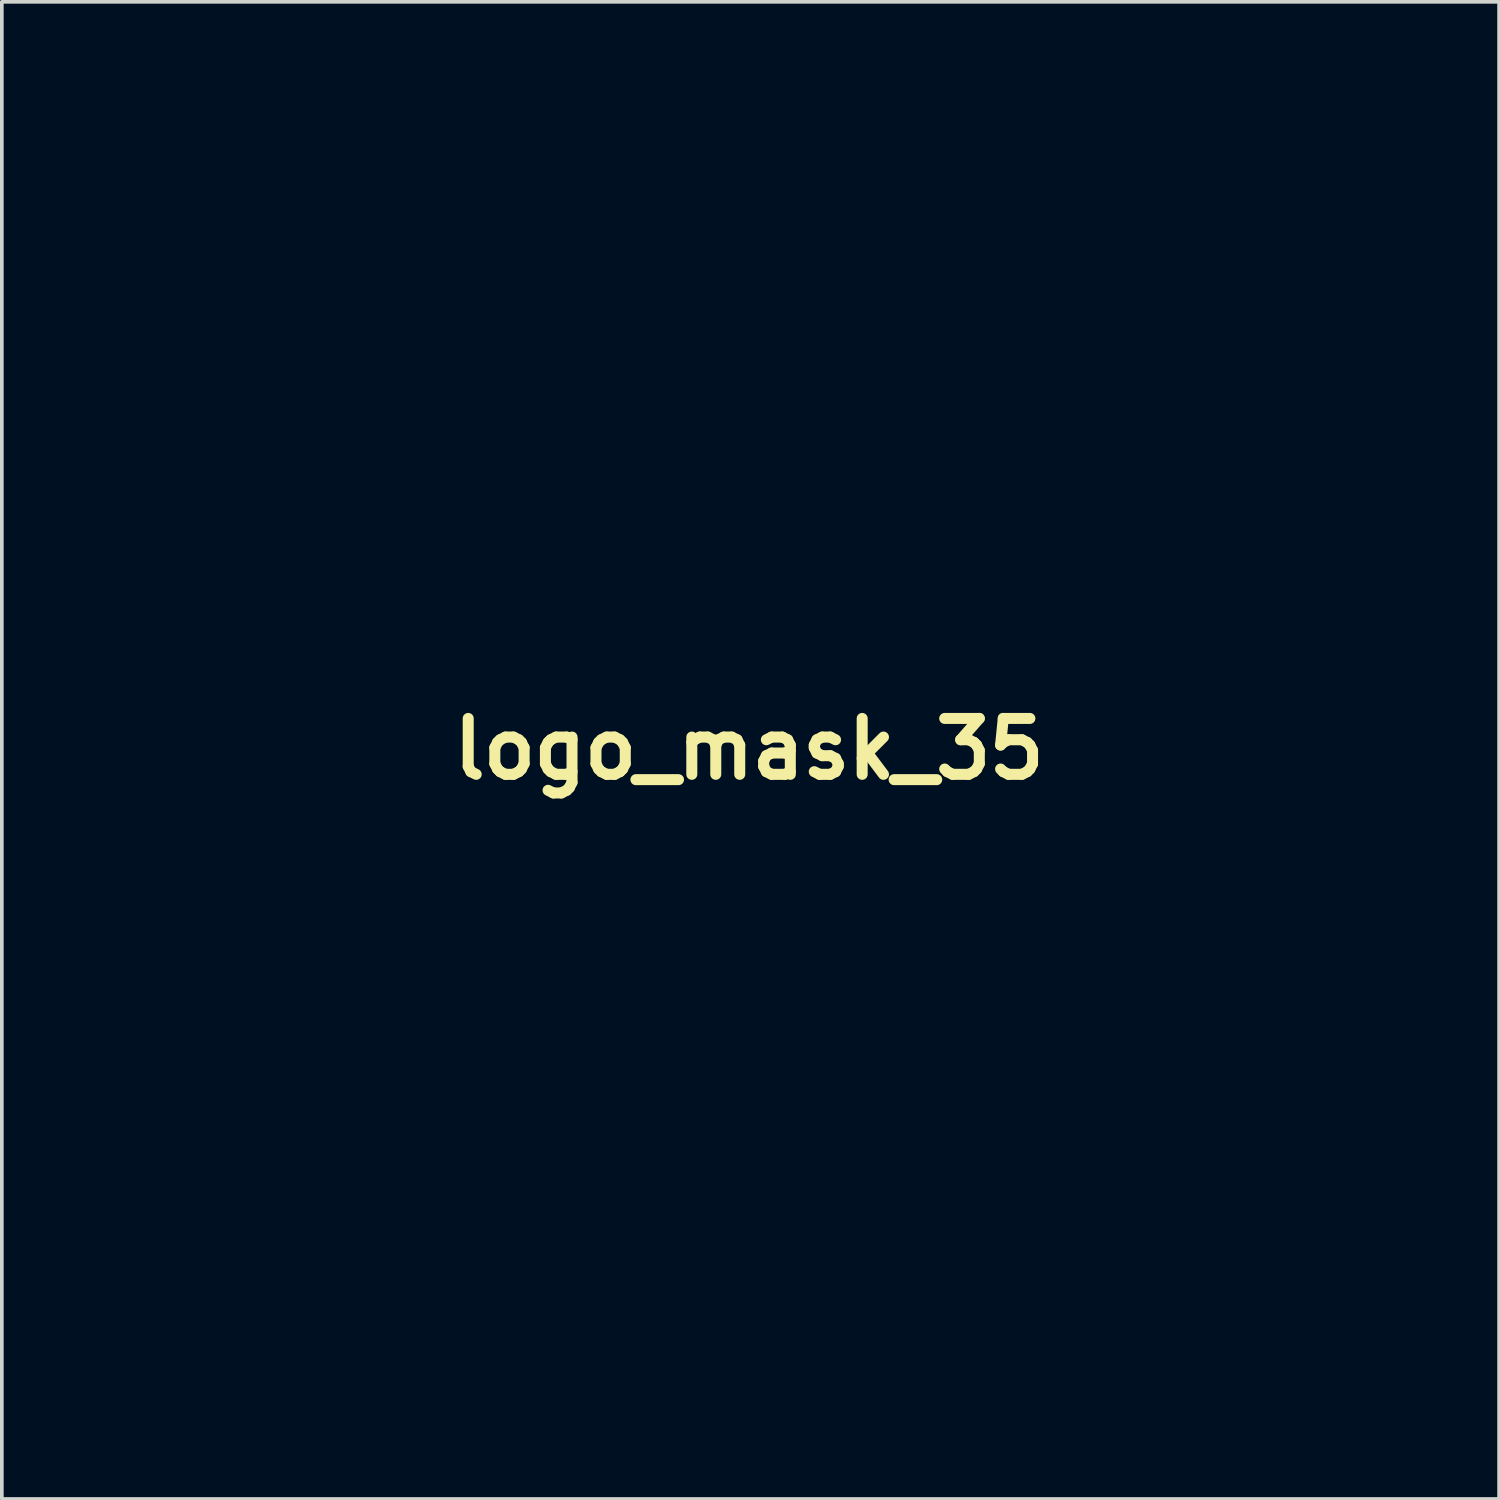
<source format=kicad_pcb>
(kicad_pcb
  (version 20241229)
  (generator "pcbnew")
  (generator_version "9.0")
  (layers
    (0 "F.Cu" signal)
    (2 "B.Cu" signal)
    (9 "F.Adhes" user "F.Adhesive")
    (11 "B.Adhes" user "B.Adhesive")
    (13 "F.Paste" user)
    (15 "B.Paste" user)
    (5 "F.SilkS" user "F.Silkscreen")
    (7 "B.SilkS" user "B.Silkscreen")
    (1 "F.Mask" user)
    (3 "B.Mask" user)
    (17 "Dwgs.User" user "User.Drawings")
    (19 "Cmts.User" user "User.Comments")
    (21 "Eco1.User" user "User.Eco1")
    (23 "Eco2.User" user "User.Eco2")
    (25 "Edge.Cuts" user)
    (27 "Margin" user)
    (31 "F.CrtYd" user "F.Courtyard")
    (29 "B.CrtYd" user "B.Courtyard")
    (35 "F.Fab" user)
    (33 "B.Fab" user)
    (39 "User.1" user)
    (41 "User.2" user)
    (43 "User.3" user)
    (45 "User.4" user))
  (footprint "logo_mask_35"
    (layer "F.Cu")
    (at 17.371 17.371)
    (property "Reference" "logo_mask_35" (at 0 0 0) (layer "F.SilkS") (effects (font (size 1.524 1.524) (thickness 0.3))))
    (attr through_hole)
    (fp_poly (pts (xy -3.188 -14.115) (xy -2.908 -13.909) (xy -2.752 -13.733) (xy -2.675 -13.567) (xy -2.65 -13.341) (xy -2.649 -13.232) (xy -2.649 -12.814) (xy -1.849 -12.017) (xy -1.049 -11.22) (xy 5.726 -11.22) (xy 7.927 -9.019) (xy 10.129 -6.819) (xy 10.129 -2.678) (xy 10.363 -2.454) (xy 10.596 -2.147) (xy 10.699 -1.821) (xy 10.689 -1.5) (xy 10.581 -1.205) (xy 10.392 -0.958) (xy 10.137 -0.782) (xy 9.833 -0.699) (xy 9.496 -0.732) (xy 9.209 -0.859) (xy 8.938 -1.106) (xy 8.786 -1.422) (xy 8.764 -1.682) (xy 9.383 -1.682) (xy 9.419 -1.574) (xy 9.5 -1.486) (xy 9.637 -1.361) (xy 9.739 -1.335) (xy 9.878 -1.393) (xy 9.9 -1.405) (xy 10.025 -1.541) (xy 10.045 -1.72) (xy 9.978 -1.89) (xy 9.841 -2.001) (xy 9.694 -2.013) (xy 9.553 -1.931) (xy 9.451 -1.817) (xy 9.383 -1.682) (xy 8.764 -1.682) (xy 8.756 -1.771) (xy 8.853 -2.115) (xy 9.035 -2.373) (xy 9.272 -2.618) (xy 9.272 -6.429) (xy 5.336 -10.363) (xy -1.444 -10.363) (xy -2.376 -11.298) (xy -2.739 -11.656) (xy -3.014 -11.915) (xy -3.218 -12.087) (xy -3.369 -12.187) (xy -3.484 -12.229) (xy -3.527 -12.233) (xy -3.909 -12.299) (xy -4.222 -12.479) (xy -4.449 -12.744) (xy -4.572 -13.066) (xy -4.573 -13.167) (xy -3.926 -13.167) (xy -3.893 -13.085) (xy -3.756 -12.969) (xy -3.565 -12.953) (xy -3.385 -13.034) (xy -3.32 -13.109) (xy -3.282 -13.288) (xy -3.373 -13.443) (xy -3.565 -13.536) (xy -3.606 -13.542) (xy -3.804 -13.504) (xy -3.92 -13.364) (xy -3.926 -13.167) (xy -4.573 -13.167) (xy -4.575 -13.418) (xy -4.443 -13.77) (xy -4.439 -13.776) (xy -4.192 -14.049) (xy -3.879 -14.198) (xy -3.533 -14.221) (xy -3.188 -14.115)) (stroke (width 0.01) (type solid)) (fill yes) (layer "F.Mask"))
    (fp_poly (pts (xy 1.378 -14.979) (xy 1.684 -14.819) (xy 1.877 -14.596) (xy 1.974 -14.414) (xy 6.351 -14.414) (xy 9.681 -11.083) (xy 13.012 -7.752) (xy 13.012 -5.356) (xy 13.284 -5.054) (xy 13.461 -4.828) (xy 13.542 -4.623) (xy 13.557 -4.433) (xy 13.489 -4.056) (xy 13.304 -3.752) (xy 13.032 -3.537) (xy 12.7 -3.429) (xy 12.338 -3.444) (xy 12.058 -3.55) (xy 11.805 -3.767) (xy 11.656 -4.064) (xy 11.612 -4.4) (xy 11.613 -4.402) (xy 12.233 -4.402) (xy 12.295 -4.249) (xy 12.436 -4.109) (xy 12.583 -4.052) (xy 12.72 -4.103) (xy 12.811 -4.174) (xy 12.911 -4.317) (xy 12.934 -4.402) (xy 12.872 -4.556) (xy 12.731 -4.695) (xy 12.583 -4.753) (xy 12.43 -4.691) (xy 12.29 -4.55) (xy 12.233 -4.402) (xy 11.613 -4.402) (xy 11.674 -4.739) (xy 11.842 -5.042) (xy 12.014 -5.205) (xy 12.072 -5.264) (xy 12.112 -5.361) (xy 12.136 -5.521) (xy 12.149 -5.773) (xy 12.154 -6.143) (xy 12.155 -6.335) (xy 12.155 -7.364) (xy 9.077 -10.441) (xy 5.999 -13.518) (xy 4.005 -13.545) (xy 3.395 -13.552) (xy 2.921 -13.556) (xy 2.564 -13.554) (xy 2.305 -13.547) (xy 2.124 -13.532) (xy 2.003 -13.509) (xy 1.921 -13.476) (xy 1.86 -13.432) (xy 1.843 -13.418) (xy 1.528 -13.193) (xy 1.196 -13.097) (xy 1.05 -13.09) (xy 0.674 -13.159) (xy 0.373 -13.353) (xy 0.169 -13.65) (xy 0.08 -14.031) (xy 0.079 -14.057) (xy 0.701 -14.057) (xy 0.763 -13.909) (xy 0.903 -13.772) (xy 1.052 -13.713) (xy 1.189 -13.764) (xy 1.28 -13.835) (xy 1.379 -13.979) (xy 1.402 -14.063) (xy 1.345 -14.208) (xy 1.215 -14.348) (xy 1.078 -14.414) (xy 1.072 -14.414) (xy 0.935 -14.357) (xy 0.791 -14.228) (xy 0.706 -14.088) (xy 0.701 -14.057) (xy 0.079 -14.057) (xy 0.078 -14.104) (xy 0.097 -14.323) (xy 0.174 -14.499) (xy 0.34 -14.694) (xy 0.38 -14.735) (xy 0.585 -14.919) (xy 0.76 -15.01) (xy 0.967 -15.037) (xy 1.011 -15.037) (xy 1.378 -14.979)) (stroke (width 0.01) (type solid)) (fill yes) (layer "F.Mask"))
    (fp_poly (pts (xy 6.532 5.161) (xy 6.707 5.239) (xy 6.903 5.404) (xy 6.944 5.445) (xy 7.128 5.65) (xy 7.219 5.824) (xy 7.246 6.031) (xy 7.246 6.076) (xy 7.181 6.456) (xy 7.003 6.769) (xy 6.735 6.988) (xy 6.4 7.087) (xy 6.325 7.09) (xy 6.216 7.115) (xy 6.076 7.195) (xy 5.895 7.341) (xy 5.663 7.563) (xy 5.368 7.872) (xy 5 8.277) (xy 4.55 8.79) (xy 4.354 9.015) (xy 3.935 9.499) (xy 1.607 9.502) (xy -0.721 9.506) (xy -1.023 9.778) (xy -1.243 9.952) (xy -1.439 10.031) (xy -1.656 10.048) (xy -1.919 10.019) (xy -2.152 9.953) (xy -2.19 9.934) (xy -2.463 9.703) (xy -2.615 9.376) (xy -2.646 9.108) (xy -2.027 9.108) (xy -1.963 9.281) (xy -1.889 9.343) (xy -1.709 9.418) (xy -1.562 9.375) (xy -1.467 9.299) (xy -1.342 9.134) (xy -1.363 8.978) (xy -1.481 8.843) (xy -1.628 8.749) (xy -1.784 8.77) (xy -1.831 8.79) (xy -1.98 8.925) (xy -2.027 9.108) (xy -2.646 9.108) (xy -2.649 9.077) (xy -2.585 8.683) (xy -2.4 8.382) (xy -2.106 8.186) (xy -1.712 8.105) (xy -1.64 8.103) (xy -1.405 8.13) (xy -1.2 8.231) (xy -1.023 8.376) (xy -0.721 8.648) (xy 0.087 8.648) (xy 0.454 8.645) (xy 0.927 8.636) (xy 1.455 8.623) (xy 1.989 8.606) (xy 2.236 8.597) (xy 3.576 8.546) (xy 4.459 7.554) (xy 4.781 7.192) (xy 5.012 6.924) (xy 5.168 6.729) (xy 5.262 6.584) (xy 5.308 6.468) (xy 5.32 6.359) (xy 5.312 6.235) (xy 5.311 6.227) (xy 5.319 6.116) (xy 5.921 6.116) (xy 5.973 6.253) (xy 6.044 6.344) (xy 6.187 6.444) (xy 6.272 6.467) (xy 6.409 6.416) (xy 6.5 6.344) (xy 6.6 6.201) (xy 6.623 6.116) (xy 6.572 5.979) (xy 6.5 5.888) (xy 6.357 5.789) (xy 6.272 5.766) (xy 6.135 5.817) (xy 6.044 5.888) (xy 5.945 6.032) (xy 5.921 6.116) (xy 5.319 6.116) (xy 5.341 5.832) (xy 5.5 5.509) (xy 5.769 5.276) (xy 6.13 5.155) (xy 6.313 5.142) (xy 6.532 5.161)) (stroke (width 0.01) (type solid)) (fill yes) (layer "F.Mask"))
    (fp_poly (pts (xy 3.799 -5.355) (xy 4.753 -4.4) (xy 4.753 -1.517) (xy 2.842 0.39) (xy 1.579 0.39) (xy 1.108 0.391) (xy 0.768 0.396) (xy 0.536 0.408) (xy 0.389 0.43) (xy 0.302 0.465) (xy 0.252 0.514) (xy 0.234 0.545) (xy 0.057 0.733) (xy -0.219 0.872) (xy -0.537 0.934) (xy -0.584 0.935) (xy -0.973 0.869) (xy -1.274 0.68) (xy -1.473 0.383) (xy -1.556 -0.009) (xy -1.557 -0.039) (xy -0.935 -0.039) (xy -0.884 0.098) (xy -0.813 0.189) (xy -0.669 0.289) (xy -0.584 0.312) (xy -0.447 0.261) (xy -0.356 0.189) (xy -0.257 0.046) (xy -0.234 -0.039) (xy -0.285 -0.176) (xy -0.356 -0.267) (xy -0.5 -0.366) (xy -0.584 -0.39) (xy -0.721 -0.338) (xy -0.813 -0.267) (xy -0.912 -0.124) (xy -0.935 -0.039) (xy -1.557 -0.039) (xy -1.558 -0.083) (xy -1.539 -0.301) (xy -1.46 -0.477) (xy -1.292 -0.674) (xy -1.256 -0.71) (xy -1.056 -0.892) (xy -0.886 -0.982) (xy -0.681 -1.012) (xy -0.594 -1.013) (xy -0.345 -0.993) (xy -0.151 -0.913) (xy 0.065 -0.743) (xy 0.068 -0.74) (xy 0.369 -0.467) (xy 2.457 -0.467) (xy 3.177 -1.19) (xy 3.896 -1.912) (xy 3.896 -4.016) (xy 3.174 -4.735) (xy 2.451 -5.454) (xy -2.769 -5.454) (xy -4.207 -4.01) (xy -4.207 3.938) (xy -3.485 4.657) (xy -2.763 5.376) (xy 2.458 5.376) (xy 2.982 4.848) (xy 3.506 4.32) (xy 3.506 3.866) (xy 3.509 3.784) (xy 4.135 3.784) (xy 4.18 3.99) (xy 4.252 4.085) (xy 4.43 4.196) (xy 4.596 4.154) (xy 4.722 4.011) (xy 4.805 3.862) (xy 4.792 3.76) (xy 4.712 3.66) (xy 4.517 3.525) (xy 4.321 3.532) (xy 4.223 3.6) (xy 4.135 3.784) (xy 3.509 3.784) (xy 3.516 3.595) (xy 3.559 3.416) (xy 3.661 3.263) (xy 3.771 3.148) (xy 3.958 2.983) (xy 4.133 2.905) (xy 4.372 2.883) (xy 4.431 2.883) (xy 4.705 2.901) (xy 4.906 2.977) (xy 5.098 3.123) (xy 5.337 3.419) (xy 5.441 3.747) (xy 5.42 4.078) (xy 5.282 4.382) (xy 5.036 4.63) (xy 4.692 4.794) (xy 4.568 4.823) (xy 4.397 4.863) (xy 4.244 4.928) (xy 4.08 5.037) (xy 3.877 5.212) (xy 3.606 5.472) (xy 3.475 5.602) (xy 2.763 6.311) (xy -3.158 6.311) (xy -4.111 5.355) (xy -5.064 4.4) (xy -5.064 -4.404) (xy -3.153 -6.311) (xy 2.846 -6.311) (xy 3.799 -5.355)) (stroke (width 0.01) (type solid)) (fill yes) (layer "F.Mask"))
    (fp_poly (pts (xy 1.008 -17.352) (xy 2.638 -17.184) (xy 4.257 -16.862) (xy 5.563 -16.486) (xy 7.054 -15.914) (xy 8.48 -15.206) (xy 9.832 -14.37) (xy 11.102 -13.415) (xy 12.281 -12.35) (xy 13.36 -11.184) (xy 14.33 -9.925) (xy 15.182 -8.583) (xy 15.907 -7.166) (xy 16.497 -5.683) (xy 16.564 -5.485) (xy 17.01 -3.884) (xy 17.303 -2.266) (xy 17.443 -0.636) (xy 17.43 0.995) (xy 17.265 2.619) (xy 16.946 4.23) (xy 16.548 5.6) (xy 15.961 7.122) (xy 15.24 8.564) (xy 14.386 9.927) (xy 13.395 11.217) (xy 12.351 12.351) (xy 11.125 13.469) (xy 9.817 14.455) (xy 8.432 15.308) (xy 6.976 16.024) (xy 5.455 16.601) (xy 3.875 17.035) (xy 2.241 17.324) (xy 1.854 17.371) (xy 1.375 17.408) (xy 0.79 17.431) (xy 0.144 17.44) (xy -0.514 17.435) (xy -1.137 17.416) (xy -1.677 17.384) (xy -1.909 17.362) (xy -3.501 17.106) (xy -5.049 16.706) (xy -6.544 16.169) (xy -7.978 15.502) (xy -9.342 14.711) (xy -10.627 13.804) (xy -11.826 12.788) (xy -12.93 11.668) (xy -13.93 10.453) (xy -14.818 9.148) (xy -15.586 7.761) (xy -16.224 6.299) (xy -16.486 5.563) (xy -16.933 3.959) (xy -17.226 2.337) (xy -17.366 0.705) (xy -17.364 0.467) (xy -16.308 0.467) (xy -14.066 0.467) (xy -13.305 1.226) (xy -12.544 1.984) (xy -12.544 5.719) (xy -12.291 5.981) (xy -12.14 6.157) (xy -12.064 6.323) (xy -12.039 6.55) (xy -12.038 6.672) (xy -12.047 6.932) (xy -12.095 7.104) (xy -12.208 7.254) (xy -12.329 7.369) (xy -12.553 7.545) (xy -12.761 7.623) (xy -12.936 7.636) (xy -13.34 7.572) (xy -13.652 7.39) (xy -13.859 7.103) (xy -13.945 6.727) (xy -13.947 6.662) (xy -13.323 6.662) (xy -13.261 6.815) (xy -13.12 6.954) (xy -12.973 7.012) (xy -12.836 6.961) (xy -12.745 6.89) (xy -12.646 6.756) (xy -12.622 6.682) (xy -12.679 6.545) (xy -12.809 6.401) (xy -12.948 6.316) (xy -12.979 6.311) (xy -13.127 6.373) (xy -13.264 6.513) (xy -13.323 6.662) (xy -13.947 6.662) (xy -13.898 6.341) (xy -13.769 6.056) (xy -13.586 5.861) (xy -13.556 5.843) (xy -13.505 5.808) (xy -13.467 5.753) (xy -13.439 5.656) (xy -13.421 5.497) (xy -13.409 5.256) (xy -13.404 4.914) (xy -13.401 4.449) (xy -13.401 4.07) (xy -13.401 2.38) (xy -13.925 1.852) (xy -14.449 1.325) (xy -16.224 1.325) (xy -16.17 1.85) (xy -15.96 3.201) (xy -15.612 4.574) (xy -15.138 5.941) (xy -14.547 7.278) (xy -13.851 8.558) (xy -13.06 9.753) (xy -12.867 10.012) (xy -12.6 10.338) (xy -12.245 10.736) (xy -11.832 11.174) (xy -11.392 11.622) (xy -10.955 12.049) (xy -10.551 12.425) (xy -10.21 12.719) (xy -10.207 12.721) (xy -8.997 13.605) (xy -7.7 14.375) (xy -6.334 15.027) (xy -4.916 15.555) (xy -3.462 15.954) (xy -1.988 16.219) (xy -0.513 16.346) (xy 0.948 16.327) (xy 1.48 16.283) (xy 2.034 16.221) (xy 2.527 16.156) (xy 2.938 16.09) (xy 3.243 16.029) (xy 3.42 15.975) (xy 3.439 15.966) (xy 3.462 15.905) (xy 3.4 15.79) (xy 3.244 15.603) (xy 3.002 15.352) (xy 2.458 14.804) (xy -0.443 14.804) (xy -1.192 14.804) (xy -1.799 14.805) (xy -2.282 14.808) (xy -2.654 14.813) (xy -2.931 14.822) (xy -3.128 14.836) (xy -3.26 14.854) (xy -3.343 14.878) (xy -3.392 14.909) (xy -3.421 14.948) (xy -3.432 14.966) (xy -3.587 15.125) (xy -3.838 15.258) (xy -4.125 15.338) (xy -4.263 15.349) (xy -4.567 15.279) (xy -4.855 15.096) (xy -5.071 14.837) (xy -5.116 14.747) (xy -5.203 14.368) (xy -4.563 14.368) (xy -4.528 14.476) (xy -4.447 14.564) (xy -4.309 14.689) (xy -4.207 14.715) (xy -4.069 14.657) (xy -4.046 14.645) (xy -3.922 14.509) (xy -3.902 14.331) (xy -3.969 14.16) (xy -4.105 14.049) (xy -4.253 14.038) (xy -4.394 14.119) (xy -4.496 14.233) (xy -4.563 14.368) (xy -5.203 14.368) (xy -5.203 14.367) (xy -5.138 14.017) (xy -4.921 13.701) (xy -4.873 13.654) (xy -4.672 13.494) (xy -4.479 13.419) (xy -4.214 13.401) (xy -4.209 13.401) (xy -3.948 13.418) (xy -3.755 13.488) (xy -3.553 13.642) (xy -3.516 13.674) (xy -3.215 13.947) (xy 2.841 13.947) (xy 4.593 15.694) (xy 5.199 15.497) (xy 5.805 15.301) (xy 5.825 12.732) (xy 5.842 10.555) (xy 6.701 10.555) (xy 6.701 12.719) (xy 6.702 13.281) (xy 6.706 13.789) (xy 6.712 14.223) (xy 6.72 14.562) (xy 6.729 14.788) (xy 6.74 14.88) (xy 6.741 14.882) (xy 6.823 14.849) (xy 7.014 14.759) (xy 7.284 14.628) (xy 7.559 14.491) (xy 8.337 14.101) (xy 8.337 11.678) (xy 9.467 10.526) (xy 10.596 9.374) (xy 10.596 4.088) (xy 11.682 3.004) (xy 12.059 2.626) (xy 12.337 2.339) (xy 12.529 2.127) (xy 12.651 1.972) (xy 12.714 1.859) (xy 12.733 1.769) (xy 12.727 1.714) (xy 12.73 1.649) (xy 13.407 1.649) (xy 13.477 1.824) (xy 13.625 1.934) (xy 13.713 1.948) (xy 13.876 1.896) (xy 13.931 1.854) (xy 14.026 1.676) (xy 14.004 1.494) (xy 13.895 1.35) (xy 13.728 1.285) (xy 13.557 1.325) (xy 13.429 1.465) (xy 13.407 1.649) (xy 12.73 1.649) (xy 12.739 1.428) (xy 12.861 1.128) (xy 13.062 0.872) (xy 13.182 0.781) (xy 13.529 0.642) (xy 13.859 0.636) (xy 14.155 0.739) (xy 14.402 0.929) (xy 14.583 1.184) (xy 14.68 1.48) (xy 14.678 1.794) (xy 14.561 2.103) (xy 14.329 2.371) (xy 14.097 2.516) (xy 13.824 2.569) (xy 13.734 2.571) (xy 13.599 2.575) (xy 13.483 2.596) (xy 13.365 2.65) (xy 13.222 2.752) (xy 13.033 2.919) (xy 12.776 3.165) (xy 12.454 3.483) (xy 11.531 4.394) (xy 11.531 9.78) (xy 10.363 10.947) (xy 9.194 12.114) (xy 9.194 12.796) (xy 9.199 13.101) (xy 9.214 13.335) (xy 9.235 13.465) (xy 9.245 13.479) (xy 9.326 13.435) (xy 9.501 13.318) (xy 9.74 13.148) (xy 9.888 13.039) (xy 10.221 12.77) (xy 10.627 12.41) (xy 11.079 11.985) (xy 11.548 11.525) (xy 12.007 11.056) (xy 12.429 10.606) (xy 12.785 10.203) (xy 13.039 9.888) (xy 13.479 9.297) (xy 13.479 5.676) (xy 13.255 5.451) (xy 13.046 5.146) (xy 12.971 4.808) (xy 12.974 4.788) (xy 13.635 4.788) (xy 13.665 4.969) (xy 13.778 5.047) (xy 13.983 5.049) (xy 14.151 5.009) (xy 14.224 4.9) (xy 14.244 4.775) (xy 14.241 4.594) (xy 14.163 4.506) (xy 14.067 4.474) (xy 13.839 4.478) (xy 13.683 4.602) (xy 13.635 4.788) (xy 12.974 4.788) (xy 13.019 4.47) (xy 13.183 4.163) (xy 13.453 3.922) (xy 13.685 3.814) (xy 14.032 3.778) (xy 14.373 3.885) (xy 14.665 4.112) (xy 14.881 4.44) (xy 14.947 4.789) (xy 14.863 5.14) (xy 14.645 5.457) (xy 14.414 5.704) (xy 14.418 6.689) (xy 14.422 7.675) (xy 14.78 6.973) (xy 15.181 6.078) (xy 15.538 5.068) (xy 15.842 3.982) (xy 16.084 2.858) (xy 16.256 1.732) (xy 16.348 0.643) (xy 16.362 0.07) (xy 16.362 -0.545) (xy 13.205 -0.545) (xy 11.122 1.539) (xy 9.038 3.624) (xy 9.038 8.222) (xy 7.869 9.389) (xy 6.701 10.555) (xy 5.842 10.555) (xy 5.846 10.164) (xy 8.103 7.91) (xy 8.103 3.31) (xy 10.46 0.955) (xy 12.817 -1.4) (xy 14.531 -1.421) (xy 16.245 -1.441) (xy 16.221 -1.87) (xy 16.172 -2.33) (xy 16.076 -2.895) (xy 15.942 -3.524) (xy 15.779 -4.177) (xy 15.596 -4.813) (xy 15.469 -5.202) (xy 14.97 -6.474) (xy 14.354 -7.73) (xy 13.645 -8.928) (xy 12.865 -10.026) (xy 12.721 -10.207) (xy 12.429 -10.546) (xy 12.054 -10.95) (xy 11.627 -11.387) (xy 11.179 -11.827) (xy 10.741 -12.24) (xy 10.343 -12.596) (xy 10.015 -12.865) (xy 10.012 -12.867) (xy 8.737 -13.747) (xy 7.386 -14.503) (xy 5.975 -15.131) (xy 4.517 -15.626) (xy 3.028 -15.985) (xy 1.523 -16.202) (xy 0.014 -16.275) (xy -1.414 -16.205) (xy -2.762 -16.015) (xy -4.107 -15.715) (xy -5.408 -15.317) (xy -6.627 -14.831) (xy -7.09 -14.611) (xy -7.437 -14.435) (xy -7.739 -14.278) (xy -7.964 -14.155) (xy -8.084 -14.084) (xy -8.089 -14.08) (xy -8.09 -14.036) (xy -8.035 -13.943) (xy -7.917 -13.794) (xy -7.728 -13.581) (xy -7.462 -13.296) (xy -7.111 -12.931) (xy -6.669 -12.48) (xy -6.128 -11.934) (xy -5.596 -11.401) (xy -3.001 -8.804) (xy 4.011 -8.804) (xy 5.668 -7.149) (xy 7.324 -5.494) (xy 7.324 0.062) (xy 7.597 0.335) (xy 7.763 0.522) (xy 7.844 0.692) (xy 7.868 0.92) (xy 7.869 1.013) (xy 7.856 1.275) (xy 7.795 1.455) (xy 7.66 1.626) (xy 7.611 1.677) (xy 7.302 1.898) (xy 6.978 1.987) (xy 6.661 1.959) (xy 6.375 1.834) (xy 6.14 1.629) (xy 5.98 1.36) (xy 5.926 1.091) (xy 6.592 1.091) (xy 6.625 1.173) (xy 6.763 1.29) (xy 6.953 1.306) (xy 7.134 1.224) (xy 7.199 1.149) (xy 7.236 0.971) (xy 7.146 0.815) (xy 6.953 0.723) (xy 6.912 0.716) (xy 6.714 0.754) (xy 6.598 0.894) (xy 6.592 1.091) (xy 5.926 1.091) (xy 5.917 1.046) (xy 5.973 0.703) (xy 6.078 0.484) (xy 6.209 0.305) (xy 6.332 0.193) (xy 6.35 0.184) (xy 6.382 0.154) (xy 6.408 0.081) (xy 6.428 -0.05) (xy 6.443 -0.253) (xy 6.454 -0.545) (xy 6.461 -0.939) (xy 6.465 -1.452) (xy 6.467 -2.098) (xy 6.467 -2.483) (xy 6.467 -5.105) (xy 5.084 -6.478) (xy 3.701 -7.852) (xy -3.389 -7.952) (xy -6.194 -10.753) (xy -8.999 -13.555) (xy -9.681 -13.05) (xy -9.957 -12.841) (xy -10.18 -12.663) (xy -10.323 -12.537) (xy -10.363 -12.489) (xy -10.31 -12.421) (xy -10.16 -12.258) (xy -9.927 -12.012) (xy -9.624 -11.698) (xy -9.265 -11.329) (xy -8.862 -10.921) (xy -8.697 -10.754) (xy -7.032 -9.077) (xy -6.983 -3.74) (xy -6.975 -2.756) (xy -6.967 -1.753) (xy -6.959 -0.752) (xy -6.952 0.226) (xy -6.946 1.158) (xy -6.941 2.024) (xy -6.938 2.801) (xy -6.935 3.467) (xy -6.934 4.003) (xy -6.934 4.053) (xy -6.934 6.509) (xy -6.251 7.189) (xy -5.954 7.48) (xy -5.738 7.675) (xy -5.577 7.793) (xy -5.446 7.851) (xy -5.319 7.869) (xy -5.297 7.87) (xy -4.94 7.94) (xy -4.641 8.131) (xy -4.424 8.409) (xy -4.316 8.745) (xy -4.324 9.026) (xy -4.421 9.271) (xy -4.596 9.518) (xy -4.634 9.558) (xy -4.819 9.72) (xy -4.997 9.796) (xy -5.242 9.817) (xy -5.284 9.817) (xy -5.576 9.794) (xy -5.791 9.708) (xy -5.91 9.62) (xy -6.126 9.364) (xy -6.26 9.054) (xy -6.266 8.989) (xy -5.586 8.989) (xy -5.486 9.136) (xy -5.298 9.194) (xy -5.135 9.142) (xy -5.08 9.1) (xy -4.985 8.928) (xy -4.999 8.753) (xy -5.092 8.611) (xy -5.237 8.539) (xy -5.404 8.574) (xy -5.46 8.615) (xy -5.582 8.8) (xy -5.586 8.989) (xy -6.266 8.989) (xy -6.289 8.75) (xy -6.276 8.675) (xy -6.268 8.584) (xy -6.302 8.48) (xy -6.393 8.343) (xy -6.556 8.152) (xy -6.807 7.886) (xy -7.001 7.686) (xy -7.775 6.895) (xy -7.882 -0.429) (xy -9.531 -2.084) (xy -11.179 -3.74) (xy -11.558 -3.74) (xy -11.816 -3.757) (xy -12 -3.831) (xy -12.191 -3.994) (xy -12.201 -4.005) (xy -12.372 -4.201) (xy -12.449 -4.388) (xy -12.466 -4.632) (xy -12.461 -4.685) (xy -11.843 -4.685) (xy -11.782 -4.492) (xy -11.63 -4.385) (xy -11.436 -4.383) (xy -11.264 -4.486) (xy -11.166 -4.613) (xy -11.142 -4.68) (xy -11.196 -4.791) (xy -11.321 -4.93) (xy -11.457 -5.038) (xy -11.526 -5.064) (xy -11.657 -5.001) (xy -11.781 -4.857) (xy -11.842 -4.698) (xy -11.843 -4.685) (xy -12.461 -4.685) (xy -12.441 -4.906) (xy -12.379 -5.154) (xy -12.353 -5.214) (xy -12.172 -5.424) (xy -11.898 -5.591) (xy -11.594 -5.681) (xy -11.496 -5.688) (xy -11.154 -5.616) (xy -10.86 -5.419) (xy -10.642 -5.129) (xy -10.529 -4.776) (xy -10.519 -4.635) (xy -10.514 -4.532) (xy -10.492 -4.435) (xy -10.439 -4.327) (xy -10.342 -4.192) (xy -10.189 -4.015) (xy -9.965 -3.778) (xy -9.659 -3.466) (xy -9.257 -3.063) (xy -9.194 -3) (xy -7.869 -1.677) (xy -7.869 -8.689) (xy -9.466 -10.284) (xy -11.063 -11.879) (xy -11.687 -11.259) (xy -12.311 -10.638) (xy -11.241 -9.566) (xy -10.838 -9.167) (xy -10.528 -8.875) (xy -10.301 -8.678) (xy -10.144 -8.568) (xy -10.048 -8.535) (xy -10.032 -8.538) (xy -9.805 -8.541) (xy -9.534 -8.45) (xy -9.278 -8.288) (xy -9.157 -8.17) (xy -9.023 -7.961) (xy -8.966 -7.716) (xy -8.96 -7.551) (xy -8.979 -7.284) (xy -9.055 -7.089) (xy -9.213 -6.892) (xy -9.514 -6.661) (xy -9.84 -6.565) (xy -10.165 -6.592) (xy -10.461 -6.73) (xy -10.702 -6.967) (xy -10.859 -7.29) (xy -10.886 -7.48) (xy -10.237 -7.48) (xy -10.204 -7.397) (xy -10.067 -7.281) (xy -9.876 -7.265) (xy -9.696 -7.347) (xy -9.631 -7.421) (xy -9.593 -7.6) (xy -9.684 -7.755) (xy -9.876 -7.848) (xy -9.917 -7.855) (xy -10.115 -7.816) (xy -10.231 -7.677) (xy -10.237 -7.48) (xy -10.886 -7.48) (xy -10.908 -7.634) (xy -10.911 -7.765) (xy -10.933 -7.877) (xy -10.987 -7.994) (xy -11.089 -8.135) (xy -11.255 -8.322) (xy -11.5 -8.576) (xy -11.839 -8.917) (xy -11.861 -8.94) (xy -12.175 -9.251) (xy -12.452 -9.52) (xy -12.673 -9.729) (xy -12.819 -9.859) (xy -12.87 -9.895) (xy -12.946 -9.831) (xy -13.084 -9.653) (xy -13.27 -9.385) (xy -13.489 -9.048) (xy -13.726 -8.667) (xy -13.969 -8.263) (xy -14.202 -7.858) (xy -14.411 -7.477) (xy -14.535 -7.238) (xy -14.785 -6.709) (xy -15.032 -6.127) (xy -15.269 -5.52) (xy -15.485 -4.913) (xy -15.673 -4.335) (xy -15.822 -3.811) (xy -15.924 -3.369) (xy -15.97 -3.035) (xy -15.972 -2.98) (xy -15.972 -2.805) (xy -14.356 -2.804) (xy -12.739 -2.802) (xy -11.356 -1.504) (xy -9.973 -0.205) (xy -9.973 8.92) (xy -8.513 10.381) (xy -7.053 11.843) (xy 1.337 11.843) (xy 1.561 11.618) (xy 1.866 11.41) (xy 2.204 11.335) (xy 2.543 11.383) (xy 2.849 11.547) (xy 3.091 11.817) (xy 3.198 12.049) (xy 3.235 12.396) (xy 3.127 12.737) (xy 2.901 13.029) (xy 2.572 13.245) (xy 2.223 13.311) (xy 1.872 13.227) (xy 1.556 13.009) (xy 1.308 12.778) (xy -7.362 12.778) (xy -7.727 12.413) (xy 1.959 12.413) (xy 1.98 12.516) (xy 2.082 12.598) (xy 2.252 12.603) (xy 2.425 12.54) (xy 2.524 12.447) (xy 2.564 12.269) (xy 2.476 12.123) (xy 2.287 12.043) (xy 2.212 12.038) (xy 2.04 12.067) (xy 1.968 12.179) (xy 1.961 12.219) (xy 1.959 12.413) (xy -7.727 12.413) (xy -9.135 11.006) (xy -10.908 9.234) (xy -10.912 4.675) (xy -10.915 0.117) (xy -12.022 -0.914) (xy -13.129 -1.945) (xy -14.62 -1.947) (xy -15.146 -1.946) (xy -15.537 -1.94) (xy -15.813 -1.929) (xy -15.993 -1.91) (xy -16.098 -1.883) (xy -16.149 -1.844) (xy -16.158 -1.827) (xy -16.178 -1.708) (xy -16.202 -1.466) (xy -16.227 -1.132) (xy -16.25 -0.739) (xy -16.256 -0.619) (xy -16.308 0.467) (xy -17.364 0.467) (xy -17.352 -0.93) (xy -17.184 -2.56) (xy -16.862 -4.179) (xy -16.486 -5.485) (xy -15.914 -6.976) (xy -15.206 -8.402) (xy -14.37 -9.754) (xy -13.415 -11.025) (xy -12.35 -12.203) (xy -11.184 -13.282) (xy -9.925 -14.252) (xy -8.583 -15.104) (xy -7.166 -15.829) (xy -5.683 -16.419) (xy -5.485 -16.486) (xy -3.881 -16.933) (xy -2.259 -17.226) (xy -0.627 -17.366) (xy 1.008 -17.352)) (stroke (width 0.01) (type solid)) (fill yes) (layer "F.Mask")))
  (gr_rect
    (start -3 -3)
    (end 37.819 37.816)
    (stroke (width 0.1) (type default))
    (fill no)
    (layer "Edge.Cuts")))
</source>
